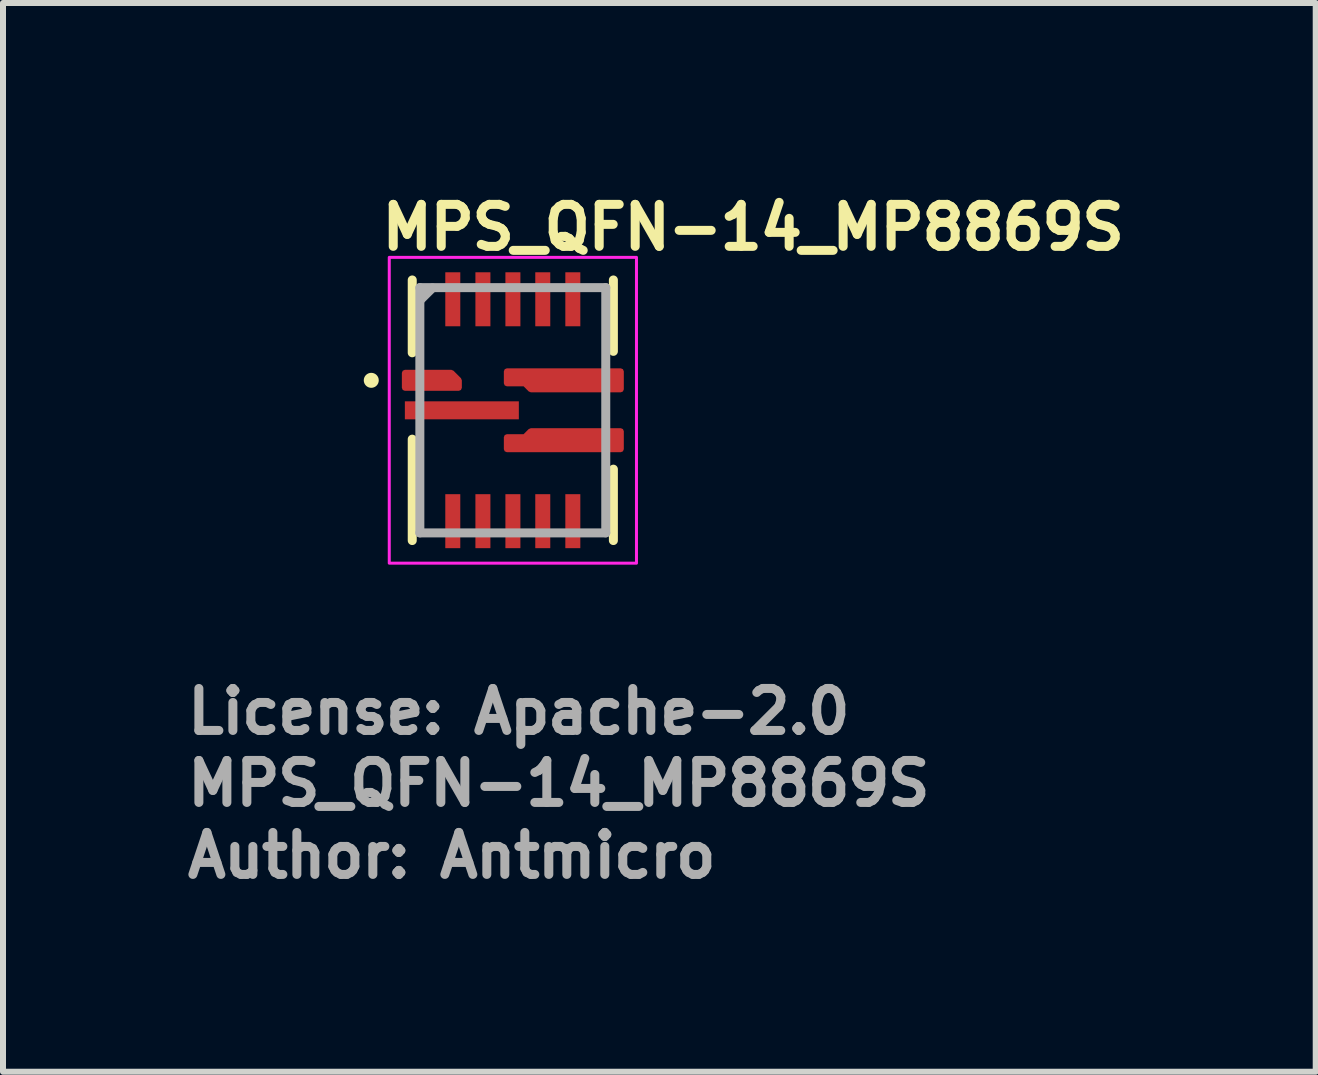
<source format=kicad_pcb>
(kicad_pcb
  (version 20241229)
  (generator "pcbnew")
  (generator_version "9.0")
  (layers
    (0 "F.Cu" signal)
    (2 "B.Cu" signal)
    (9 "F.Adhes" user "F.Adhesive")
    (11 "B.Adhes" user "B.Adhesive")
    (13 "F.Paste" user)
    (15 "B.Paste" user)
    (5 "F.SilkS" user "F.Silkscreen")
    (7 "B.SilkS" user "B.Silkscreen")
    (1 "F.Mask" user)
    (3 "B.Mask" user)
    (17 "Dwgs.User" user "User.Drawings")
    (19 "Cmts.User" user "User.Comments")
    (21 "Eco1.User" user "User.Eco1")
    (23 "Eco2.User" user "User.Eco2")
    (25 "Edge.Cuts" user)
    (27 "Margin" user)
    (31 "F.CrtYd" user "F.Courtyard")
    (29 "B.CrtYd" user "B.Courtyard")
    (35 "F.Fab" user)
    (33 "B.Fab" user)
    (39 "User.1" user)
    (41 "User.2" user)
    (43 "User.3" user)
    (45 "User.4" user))
  (footprint "MPS_QFN-14_MP8869S"
    (layer "F.Cu")
    (at 5.5 3.79)
    (property "Reference" "MPS_QFN-14_MP8869S" (at -2.26 -2.64 0) (layer "F.SilkS") (effects (font (size 0.7 0.7) (thickness 0.15)) (justify left bottom)))
    (attr smd)
    (fp_line (start -1.678 -0.959) (end -1.678 -2.173) (stroke (width 0.15) (type solid)) (layer "F.SilkS"))
    (fp_line (start -1.678 2.171) (end -1.678 0.481) (stroke (width 0.15) (type solid)) (layer "F.SilkS"))
    (fp_line (start 1.675 -2.173) (end 1.675 -0.983) (stroke (width 0.15) (type solid)) (layer "F.SilkS"))
    (fp_line (start 1.675 0.981) (end 1.675 2.171) (stroke (width 0.15) (type solid)) (layer "F.SilkS"))
    (fp_circle (center -2.361 -0.5) (end -2.311 -0.5) (stroke (width 0.15) (type solid)) (fill yes) (layer "F.SilkS"))
    (fp_rect (start -2.061 -2.55) (end 2.06 2.548) (stroke (width 0.05) (type solid)) (fill no) (layer "F.CrtYd"))
    (fp_line (start -1.551 -2.045) (end -1.551 2.043) (stroke (width 0.15) (type solid)) (layer "F.Fab"))
    (fp_line (start -1.551 2.043) (end 1.548 2.043) (stroke (width 0.15) (type solid)) (layer "F.Fab"))
    (fp_line (start -1.541 -1.841) (end -1.341 -2.04) (stroke (width 0.15) (type solid)) (layer "F.Fab"))
    (fp_line (start 1.548 -2.045) (end -1.551 -2.045) (stroke (width 0.15) (type solid)) (layer "F.Fab"))
    (fp_line (start 1.548 2.043) (end 1.548 -2.045) (stroke (width 0.15) (type solid)) (layer "F.Fab"))
    (fp_rect (start -1.561 -2.05) (end 1.56 2.048) (stroke (width 0.1) (type solid)) (fill no) (layer "User.5"))
    (fp_line (start -1.561 -1.401) (end -1.551 -1.401) (stroke (width 0.02) (type solid)) (layer "User.9"))
    (fp_line (start -1.561 -1.101) (end -1.561 -1.401) (stroke (width 0.02) (type solid)) (layer "User.9"))
    (fp_line (start -1.561 -0.902) (end -1.551 -0.902) (stroke (width 0.02) (type solid)) (layer "User.9"))
    (fp_line (start -1.561 -0.6) (end -1.561 -0.902) (stroke (width 0.02) (type solid)) (layer "User.9"))
    (fp_line (start -1.561 -0.402) (end -1.551 -0.402) (stroke (width 0.02) (type solid)) (layer "User.9"))
    (fp_line (start -1.561 -0.102) (end -1.561 -0.402) (stroke (width 0.02) (type solid)) (layer "User.9"))
    (fp_line (start -1.561 0.1) (end -1.551 0.1) (stroke (width 0.02) (type solid)) (layer "User.9"))
    (fp_line (start -1.561 0.4) (end -1.561 0.1) (stroke (width 0.02) (type solid)) (layer "User.9"))
    (fp_line (start -1.561 0.598) (end -1.561 0.9) (stroke (width 0.02) (type solid)) (layer "User.9"))
    (fp_line (start -1.561 0.9) (end -1.551 0.9) (stroke (width 0.02) (type solid)) (layer "User.9"))
    (fp_line (start -1.561 1.1) (end -1.561 1.398) (stroke (width 0.02) (type solid)) (layer "User.9"))
    (fp_line (start -1.561 1.398) (end -1.551 1.398) (stroke (width 0.02) (type solid)) (layer "User.9"))
    (fp_line (start -1.551 -2.05) (end 1.55 -2.05) (stroke (width 0.02) (type solid)) (layer "User.9"))
    (fp_line (start -1.551 -1.101) (end -1.561 -1.101) (stroke (width 0.02) (type solid)) (layer "User.9"))
    (fp_line (start -1.551 -0.6) (end -1.561 -0.6) (stroke (width 0.02) (type solid)) (layer "User.9"))
    (fp_line (start -1.551 -0.102) (end -1.561 -0.102) (stroke (width 0.02) (type solid)) (layer "User.9"))
    (fp_line (start -1.551 0.4) (end -1.561 0.4) (stroke (width 0.02) (type solid)) (layer "User.9"))
    (fp_line (start -1.551 0.598) (end -1.561 0.598) (stroke (width 0.02) (type solid)) (layer "User.9"))
    (fp_line (start -1.551 1.1) (end -1.561 1.1) (stroke (width 0.02) (type solid)) (layer "User.9"))
    (fp_line (start -1.551 2.048) (end -1.551 -2.05) (stroke (width 0.02) (type solid)) (layer "User.9"))
    (fp_line (start -1.25 -1.571) (end -1.248 -1.581) (stroke (width 0.02) (type solid)) (layer "User.9"))
    (fp_line (start -1.25 -1.561) (end -1.25 -1.571) (stroke (width 0.02) (type solid)) (layer "User.9"))
    (fp_line (start -1.25 -1.551) (end -1.25 -1.561) (stroke (width 0.02) (type solid)) (layer "User.9"))
    (fp_line (start -1.25 -1.551) (end -1.25 -1.551) (stroke (width 0.02) (type solid)) (layer "User.9"))
    (fp_line (start -1.25 -1.541) (end -1.25 -1.551) (stroke (width 0.02) (type solid)) (layer "User.9"))
    (fp_line (start -1.25 -1.53) (end -1.25 -1.541) (stroke (width 0.02) (type solid)) (layer "User.9"))
    (fp_line (start -1.248 -1.581) (end -1.246 -1.591) (stroke (width 0.02) (type solid)) (layer "User.9"))
    (fp_line (start -1.248 -1.52) (end -1.25 -1.53) (stroke (width 0.02) (type solid)) (layer "User.9"))
    (fp_line (start -1.246 -1.591) (end -1.244 -1.601) (stroke (width 0.02) (type solid)) (layer "User.9"))
    (fp_line (start -1.246 -1.51) (end -1.248 -1.52) (stroke (width 0.02) (type solid)) (layer "User.9"))
    (fp_line (start -1.244 -1.601) (end -1.242 -1.611) (stroke (width 0.02) (type solid)) (layer "User.9"))
    (fp_line (start -1.244 -1.502) (end -1.246 -1.51) (stroke (width 0.02) (type solid)) (layer "User.9"))
    (fp_line (start -1.242 -1.611) (end -1.238 -1.619) (stroke (width 0.02) (type solid)) (layer "User.9"))
    (fp_line (start -1.242 -1.492) (end -1.244 -1.502) (stroke (width 0.02) (type solid)) (layer "User.9"))
    (fp_line (start -1.238 -1.619) (end -1.236 -1.629) (stroke (width 0.02) (type solid)) (layer "User.9"))
    (fp_line (start -1.238 -1.482) (end -1.242 -1.492) (stroke (width 0.02) (type solid)) (layer "User.9"))
    (fp_line (start -1.236 -1.629) (end -1.232 -1.637) (stroke (width 0.02) (type solid)) (layer "User.9"))
    (fp_line (start -1.236 -1.474) (end -1.238 -1.482) (stroke (width 0.02) (type solid)) (layer "User.9"))
    (fp_line (start -1.232 -1.637) (end -1.226 -1.647) (stroke (width 0.02) (type solid)) (layer "User.9"))
    (fp_line (start -1.232 -1.464) (end -1.236 -1.474) (stroke (width 0.02) (type solid)) (layer "User.9"))
    (fp_line (start -1.226 -1.647) (end -1.222 -1.655) (stroke (width 0.02) (type solid)) (layer "User.9"))
    (fp_line (start -1.226 -1.456) (end -1.232 -1.464) (stroke (width 0.02) (type solid)) (layer "User.9"))
    (fp_line (start -1.222 -1.655) (end -1.216 -1.663) (stroke (width 0.02) (type solid)) (layer "User.9"))
    (fp_line (start -1.222 -1.448) (end -1.226 -1.456) (stroke (width 0.02) (type solid)) (layer "User.9"))
    (fp_line (start -1.216 -1.663) (end -1.212 -1.67) (stroke (width 0.02) (type solid)) (layer "User.9"))
    (fp_line (start -1.216 -1.44) (end -1.222 -1.448) (stroke (width 0.02) (type solid)) (layer "User.9"))
    (fp_line (start -1.212 -1.67) (end -1.206 -1.678) (stroke (width 0.02) (type solid)) (layer "User.9"))
    (fp_line (start -1.212 -1.432) (end -1.216 -1.44) (stroke (width 0.02) (type solid)) (layer "User.9"))
    (fp_line (start -1.206 -1.678) (end -1.198 -1.686) (stroke (width 0.02) (type solid)) (layer "User.9"))
    (fp_line (start -1.206 -1.424) (end -1.212 -1.432) (stroke (width 0.02) (type solid)) (layer "User.9"))
    (fp_line (start -1.198 -1.686) (end -1.192 -1.692) (stroke (width 0.02) (type solid)) (layer "User.9"))
    (fp_line (start -1.198 -1.416) (end -1.206 -1.424) (stroke (width 0.02) (type solid)) (layer "User.9"))
    (fp_line (start -1.192 -1.692) (end -1.186 -1.7) (stroke (width 0.02) (type solid)) (layer "User.9"))
    (fp_line (start -1.192 -1.41) (end -1.198 -1.416) (stroke (width 0.02) (type solid)) (layer "User.9"))
    (fp_line (start -1.186 -1.7) (end -1.178 -1.706) (stroke (width 0.02) (type solid)) (layer "User.9"))
    (fp_line (start -1.186 -1.403) (end -1.192 -1.41) (stroke (width 0.02) (type solid)) (layer "User.9"))
    (fp_line (start -1.178 -1.706) (end -1.17 -1.712) (stroke (width 0.02) (type solid)) (layer "User.9"))
    (fp_line (start -1.178 -1.397) (end -1.186 -1.403) (stroke (width 0.02) (type solid)) (layer "User.9"))
    (fp_line (start -1.17 -1.712) (end -1.162 -1.716) (stroke (width 0.02) (type solid)) (layer "User.9"))
    (fp_line (start -1.17 -1.391) (end -1.178 -1.397) (stroke (width 0.02) (type solid)) (layer "User.9"))
    (fp_line (start -1.162 -1.716) (end -1.154 -1.722) (stroke (width 0.02) (type solid)) (layer "User.9"))
    (fp_line (start -1.162 -1.385) (end -1.17 -1.391) (stroke (width 0.02) (type solid)) (layer "User.9"))
    (fp_line (start -1.154 -1.722) (end -1.147 -1.726) (stroke (width 0.02) (type solid)) (layer "User.9"))
    (fp_line (start -1.154 -1.379) (end -1.162 -1.385) (stroke (width 0.02) (type solid)) (layer "User.9"))
    (fp_line (start -1.147 -1.726) (end -1.137 -1.732) (stroke (width 0.02) (type solid)) (layer "User.9"))
    (fp_line (start -1.147 -1.375) (end -1.154 -1.379) (stroke (width 0.02) (type solid)) (layer "User.9"))
    (fp_line (start -1.137 -1.732) (end -1.129 -1.736) (stroke (width 0.02) (type solid)) (layer "User.9"))
    (fp_line (start -1.137 -1.371) (end -1.147 -1.375) (stroke (width 0.02) (type solid)) (layer "User.9"))
    (fp_line (start -1.129 -1.736) (end -1.119 -1.738) (stroke (width 0.02) (type solid)) (layer "User.9"))
    (fp_line (start -1.129 -1.367) (end -1.137 -1.371) (stroke (width 0.02) (type solid)) (layer "User.9"))
    (fp_line (start -1.119 -1.738) (end -1.111 -1.742) (stroke (width 0.02) (type solid)) (layer "User.9"))
    (fp_line (start -1.119 -1.363) (end -1.129 -1.367) (stroke (width 0.02) (type solid)) (layer "User.9"))
    (fp_line (start -1.111 -1.742) (end -1.101 -1.744) (stroke (width 0.02) (type solid)) (layer "User.9"))
    (fp_line (start -1.111 -1.361) (end -1.119 -1.363) (stroke (width 0.02) (type solid)) (layer "User.9"))
    (fp_line (start -1.101 -1.744) (end -1.091 -1.746) (stroke (width 0.02) (type solid)) (layer "User.9"))
    (fp_line (start -1.101 -1.357) (end -1.111 -1.361) (stroke (width 0.02) (type solid)) (layer "User.9"))
    (fp_line (start -1.091 -1.746) (end -1.081 -1.748) (stroke (width 0.02) (type solid)) (layer "User.9"))
    (fp_line (start -1.091 -1.355) (end -1.101 -1.357) (stroke (width 0.02) (type solid)) (layer "User.9"))
    (fp_line (start -1.081 -1.748) (end -1.071 -1.75) (stroke (width 0.02) (type solid)) (layer "User.9"))
    (fp_line (start -1.081 -1.353) (end -1.091 -1.355) (stroke (width 0.02) (type solid)) (layer "User.9"))
    (fp_line (start -1.071 -1.75) (end -1.061 -1.75) (stroke (width 0.02) (type solid)) (layer "User.9"))
    (fp_line (start -1.071 -1.353) (end -1.081 -1.353) (stroke (width 0.02) (type solid)) (layer "User.9"))
    (fp_line (start -1.061 -1.75) (end -1.051 -1.75) (stroke (width 0.02) (type solid)) (layer "User.9"))
    (fp_line (start -1.061 -1.351) (end -1.071 -1.353) (stroke (width 0.02) (type solid)) (layer "User.9"))
    (fp_line (start -1.051 -1.75) (end -1.041 -1.75) (stroke (width 0.02) (type solid)) (layer "User.9"))
    (fp_line (start -1.051 -1.351) (end -1.061 -1.351) (stroke (width 0.02) (type solid)) (layer "User.9"))
    (fp_line (start -1.041 -1.75) (end -1.031 -1.75) (stroke (width 0.02) (type solid)) (layer "User.9"))
    (fp_line (start -1.041 -1.351) (end -1.051 -1.351) (stroke (width 0.02) (type solid)) (layer "User.9"))
    (fp_line (start -1.031 -1.75) (end -1.02 -1.748) (stroke (width 0.02) (type solid)) (layer "User.9"))
    (fp_line (start -1.031 -1.353) (end -1.041 -1.351) (stroke (width 0.02) (type solid)) (layer "User.9"))
    (fp_line (start -1.02 -1.748) (end -1.01 -1.746) (stroke (width 0.02) (type solid)) (layer "User.9"))
    (fp_line (start -1.02 -1.353) (end -1.031 -1.353) (stroke (width 0.02) (type solid)) (layer "User.9"))
    (fp_line (start -1.01 -1.746) (end -1.002 -1.744) (stroke (width 0.02) (type solid)) (layer "User.9"))
    (fp_line (start -1.01 -1.355) (end -1.02 -1.353) (stroke (width 0.02) (type solid)) (layer "User.9"))
    (fp_line (start -1.002 -1.744) (end -0.991 -1.742) (stroke (width 0.02) (type solid)) (layer "User.9"))
    (fp_line (start -1.002 -1.357) (end -1.01 -1.355) (stroke (width 0.02) (type solid)) (layer "User.9"))
    (fp_line (start -0.991 -1.742) (end -0.982 -1.738) (stroke (width 0.02) (type solid)) (layer "User.9"))
    (fp_line (start -0.991 -1.361) (end -1.002 -1.357) (stroke (width 0.02) (type solid)) (layer "User.9"))
    (fp_line (start -0.982 -1.738) (end -0.973 -1.736) (stroke (width 0.02) (type solid)) (layer "User.9"))
    (fp_line (start -0.982 -1.363) (end -0.991 -1.361) (stroke (width 0.02) (type solid)) (layer "User.9"))
    (fp_line (start -0.973 -1.736) (end -0.964 -1.732) (stroke (width 0.02) (type solid)) (layer "User.9"))
    (fp_line (start -0.973 -1.367) (end -0.982 -1.363) (stroke (width 0.02) (type solid)) (layer "User.9"))
    (fp_line (start -0.964 -1.732) (end -0.956 -1.726) (stroke (width 0.02) (type solid)) (layer "User.9"))
    (fp_line (start -0.964 -1.371) (end -0.973 -1.367) (stroke (width 0.02) (type solid)) (layer "User.9"))
    (fp_line (start -0.956 -1.726) (end -0.948 -1.722) (stroke (width 0.02) (type solid)) (layer "User.9"))
    (fp_line (start -0.956 -1.375) (end -0.964 -1.371) (stroke (width 0.02) (type solid)) (layer "User.9"))
    (fp_line (start -0.948 -1.722) (end -0.94 -1.716) (stroke (width 0.02) (type solid)) (layer "User.9"))
    (fp_line (start -0.948 -1.379) (end -0.956 -1.375) (stroke (width 0.02) (type solid)) (layer "User.9"))
    (fp_line (start -0.94 -1.716) (end -0.932 -1.712) (stroke (width 0.02) (type solid)) (layer "User.9"))
    (fp_line (start -0.94 -1.385) (end -0.948 -1.379) (stroke (width 0.02) (type solid)) (layer "User.9"))
    (fp_line (start -0.932 -1.712) (end -0.924 -1.706) (stroke (width 0.02) (type solid)) (layer "User.9"))
    (fp_line (start -0.932 -1.391) (end -0.94 -1.385) (stroke (width 0.02) (type solid)) (layer "User.9"))
    (fp_line (start -0.924 -1.706) (end -0.917 -1.7) (stroke (width 0.02) (type solid)) (layer "User.9"))
    (fp_line (start -0.924 -1.397) (end -0.932 -1.391) (stroke (width 0.02) (type solid)) (layer "User.9"))
    (fp_line (start -0.917 -1.7) (end -0.91 -1.692) (stroke (width 0.02) (type solid)) (layer "User.9"))
    (fp_line (start -0.917 -1.403) (end -0.924 -1.397) (stroke (width 0.02) (type solid)) (layer "User.9"))
    (fp_line (start -0.91 -1.692) (end -0.904 -1.686) (stroke (width 0.02) (type solid)) (layer "User.9"))
    (fp_line (start -0.91 -1.41) (end -0.917 -1.403) (stroke (width 0.02) (type solid)) (layer "User.9"))
    (fp_line (start -0.904 -1.686) (end -0.896 -1.678) (stroke (width 0.02) (type solid)) (layer "User.9"))
    (fp_line (start -0.904 -1.416) (end -0.91 -1.41) (stroke (width 0.02) (type solid)) (layer "User.9"))
    (fp_line (start -0.896 -1.678) (end -0.89 -1.67) (stroke (width 0.02) (type solid)) (layer "User.9"))
    (fp_line (start -0.896 -1.424) (end -0.904 -1.416) (stroke (width 0.02) (type solid)) (layer "User.9"))
    (fp_line (start -0.89 -1.67) (end -0.885 -1.663) (stroke (width 0.02) (type solid)) (layer "User.9"))
    (fp_line (start -0.89 -1.432) (end -0.896 -1.424) (stroke (width 0.02) (type solid)) (layer "User.9"))
    (fp_line (start -0.885 -1.663) (end -0.88 -1.655) (stroke (width 0.02) (type solid)) (layer "User.9"))
    (fp_line (start -0.885 -1.44) (end -0.89 -1.432) (stroke (width 0.02) (type solid)) (layer "User.9"))
    (fp_line (start -0.88 -1.655) (end -0.875 -1.647) (stroke (width 0.02) (type solid)) (layer "User.9"))
    (fp_line (start -0.88 -1.448) (end -0.885 -1.44) (stroke (width 0.02) (type solid)) (layer "User.9"))
    (fp_line (start -0.875 -1.647) (end -0.87 -1.637) (stroke (width 0.02) (type solid)) (layer "User.9"))
    (fp_line (start -0.875 -1.456) (end -0.88 -1.448) (stroke (width 0.02) (type solid)) (layer "User.9"))
    (fp_line (start -0.87 -1.637) (end -0.866 -1.629) (stroke (width 0.02) (type solid)) (layer "User.9"))
    (fp_line (start -0.87 -1.464) (end -0.875 -1.456) (stroke (width 0.02) (type solid)) (layer "User.9"))
    (fp_line (start -0.866 -1.629) (end -0.863 -1.619) (stroke (width 0.02) (type solid)) (layer "User.9"))
    (fp_line (start -0.866 -1.474) (end -0.87 -1.464) (stroke (width 0.02) (type solid)) (layer "User.9"))
    (fp_line (start -0.863 -1.619) (end -0.86 -1.611) (stroke (width 0.02) (type solid)) (layer "User.9"))
    (fp_line (start -0.863 -1.482) (end -0.866 -1.474) (stroke (width 0.02) (type solid)) (layer "User.9"))
    (fp_line (start -0.86 -1.611) (end -0.857 -1.601) (stroke (width 0.02) (type solid)) (layer "User.9"))
    (fp_line (start -0.86 -1.492) (end -0.863 -1.482) (stroke (width 0.02) (type solid)) (layer "User.9"))
    (fp_line (start -0.857 -1.601) (end -0.855 -1.591) (stroke (width 0.02) (type solid)) (layer "User.9"))
    (fp_line (start -0.857 -1.502) (end -0.86 -1.492) (stroke (width 0.02) (type solid)) (layer "User.9"))
    (fp_line (start -0.855 -1.591) (end -0.853 -1.581) (stroke (width 0.02) (type solid)) (layer "User.9"))
    (fp_line (start -0.855 -1.51) (end -0.857 -1.502) (stroke (width 0.02) (type solid)) (layer "User.9"))
    (fp_line (start -0.853 -1.581) (end -0.852 -1.571) (stroke (width 0.02) (type solid)) (layer "User.9"))
    (fp_line (start -0.853 -1.52) (end -0.855 -1.51) (stroke (width 0.02) (type solid)) (layer "User.9"))
    (fp_line (start -0.852 -1.571) (end -0.851 -1.561) (stroke (width 0.02) (type solid)) (layer "User.9"))
    (fp_line (start -0.852 -1.53) (end -0.853 -1.52) (stroke (width 0.02) (type solid)) (layer "User.9"))
    (fp_line (start -0.851 -1.561) (end -0.851 -1.551) (stroke (width 0.02) (type solid)) (layer "User.9"))
    (fp_line (start -0.851 -1.551) (end -0.851 -1.551) (stroke (width 0.02) (type solid)) (layer "User.9"))
    (fp_line (start -0.851 -1.551) (end -0.851 -1.541) (stroke (width 0.02) (type solid)) (layer "User.9"))
    (fp_line (start -0.851 -1.541) (end -0.852 -1.53) (stroke (width 0.02) (type solid)) (layer "User.9"))
    (fp_line (start 1.55 -2.05) (end 1.55 2.048) (stroke (width 0.02) (type solid)) (layer "User.9"))
    (fp_line (start 1.55 -1.401) (end 1.56 -1.401) (stroke (width 0.02) (type solid)) (layer "User.9"))
    (fp_line (start 1.55 -0.6) (end 1.56 -0.6) (stroke (width 0.02) (type solid)) (layer "User.9"))
    (fp_line (start 1.55 -0.102) (end 1.56 -0.102) (stroke (width 0.02) (type solid)) (layer "User.9"))
    (fp_line (start 1.55 0.4) (end 1.56 0.4) (stroke (width 0.02) (type solid)) (layer "User.9"))
    (fp_line (start 1.55 0.598) (end 1.56 0.598) (stroke (width 0.02) (type solid)) (layer "User.9"))
    (fp_line (start 1.55 1.398) (end 1.56 1.398) (stroke (width 0.02) (type solid)) (layer "User.9"))
    (fp_line (start 1.55 2.048) (end -1.551 2.048) (stroke (width 0.02) (type solid)) (layer "User.9"))
    (fp_line (start 1.56 -1.401) (end 1.56 -1.101) (stroke (width 0.02) (type solid)) (layer "User.9"))
    (fp_line (start 1.56 -1.101) (end 1.55 -1.101) (stroke (width 0.02) (type solid)) (layer "User.9"))
    (fp_line (start 1.56 -0.902) (end 1.55 -0.902) (stroke (width 0.02) (type solid)) (layer "User.9"))
    (fp_line (start 1.56 -0.6) (end 1.56 -0.902) (stroke (width 0.02) (type solid)) (layer "User.9"))
    (fp_line (start 1.56 -0.402) (end 1.55 -0.402) (stroke (width 0.02) (type solid)) (layer "User.9"))
    (fp_line (start 1.56 -0.102) (end 1.56 -0.402) (stroke (width 0.02) (type solid)) (layer "User.9"))
    (fp_line (start 1.56 0.1) (end 1.55 0.1) (stroke (width 0.02) (type solid)) (layer "User.9"))
    (fp_line (start 1.56 0.4) (end 1.56 0.1) (stroke (width 0.02) (type solid)) (layer "User.9"))
    (fp_line (start 1.56 0.598) (end 1.56 0.9) (stroke (width 0.02) (type solid)) (layer "User.9"))
    (fp_line (start 1.56 0.9) (end 1.55 0.9) (stroke (width 0.02) (type solid)) (layer "User.9"))
    (fp_line (start 1.56 1.1) (end 1.55 1.1) (stroke (width 0.02) (type solid)) (layer "User.9"))
    (fp_line (start 1.56 1.398) (end 1.56 1.1) (stroke (width 0.02) (type solid)) (layer "User.9"))
    (fp_text user "License: Apache-2.0" (at -5.5 5.43 0) (layer "F.Fab") (effects (font (size 0.7 0.7) (thickness 0.15)) (justify left bottom)))
    (fp_text user "${REFERENCE}" (at -5.5 6.63 0) (layer "F.Fab") (effects (font (size 0.7 0.7) (thickness 0.15)) (justify left bottom)))
    (fp_text user "Author: Antmicro" (at -5.5 7.83 0) (layer "F.Fab") (effects (font (size 0.7 0.7) (thickness 0.15)) (justify left bottom)))
    (pad "1" smd custom (at -1.401 -0.5) (size 0.8 0.25) (layers "F.Cu" "F.Mask" "F.Paste") (options (anchor rect)) (primitives (gr_poly (pts (xy -0.4 -0.125) (xy -0.4 0.125) (xy 0.5 0.125) (xy 0.5 -0.000001) (xy 0.375 -0.125)) (width 0.1) (fill yes))))
    (pad "2" smd rect (at -0.851 0) (size 1.9 0.3) (layers "F.Cu" "F.Mask" "F.Paste"))
    (pad "3" smd rect (at -1.002 1.848 90) (size 0.9 0.25) (layers "F.Cu" "F.Mask" "F.Paste"))
    (pad "4" smd rect (at -0.5 1.848 90) (size 0.9 0.25) (layers "F.Cu" "F.Mask" "F.Paste"))
    (pad "5" smd rect (at 0 1.848 90) (size 0.9 0.25) (layers "F.Cu" "F.Mask" "F.Paste"))
    (pad "6" smd rect (at 0.498 1.848 90) (size 0.9 0.25) (layers "F.Cu" "F.Mask" "F.Paste"))
    (pad "7" smd rect (at 0.999 1.848 90) (size 0.9 0.25) (layers "F.Cu" "F.Mask" "F.Paste"))
    (pad "8" smd custom (at 0.849 0.498) (size 0.127 0.127) (layers "F.Cu" "F.Mask" "F.Paste") (options (anchor rect)) (primitives (gr_poly (pts (xy 0.95 0.15) (xy 0.95 -0.15) (xy -0.55 -0.15) (xy -0.65 -0.05) (xy -0.95 -0.05) (xy -0.95 0.15)) (width 0.1) (fill yes))))
    (pad "9" smd custom (at 0.849 -0.5) (size 0.127 0.127) (layers "F.Cu" "F.Mask" "F.Paste") (options (anchor rect)) (primitives (gr_poly (pts (xy 0.95 -0.15) (xy 0.95 0.15) (xy -0.55 0.15) (xy -0.65 0.05) (xy -0.95 0.05) (xy -0.95 -0.15)) (width 0.1) (fill yes))))
    (pad "10" smd rect (at 0.999 -1.851 90) (size 0.9 0.25) (layers "F.Cu" "F.Mask" "F.Paste"))
    (pad "11" smd rect (at 0.498 -1.851 90) (size 0.9 0.25) (layers "F.Cu" "F.Mask" "F.Paste"))
    (pad "12" smd rect (at 0 -1.851 90) (size 0.9 0.25) (layers "F.Cu" "F.Mask" "F.Paste"))
    (pad "13" smd rect (at -0.5 -1.851 90) (size 0.9 0.25) (layers "F.Cu" "F.Mask" "F.Paste"))
    (pad "14" smd rect (at -1.002 -1.851 90) (size 0.9 0.25) (layers "F.Cu" "F.Mask" "F.Paste")))
  (gr_rect
    (start -3 -3)
    (end 18.883 14.816)
    (stroke (width 0.1) (type default))
    (fill no)
    (layer "Edge.Cuts")))
</source>
